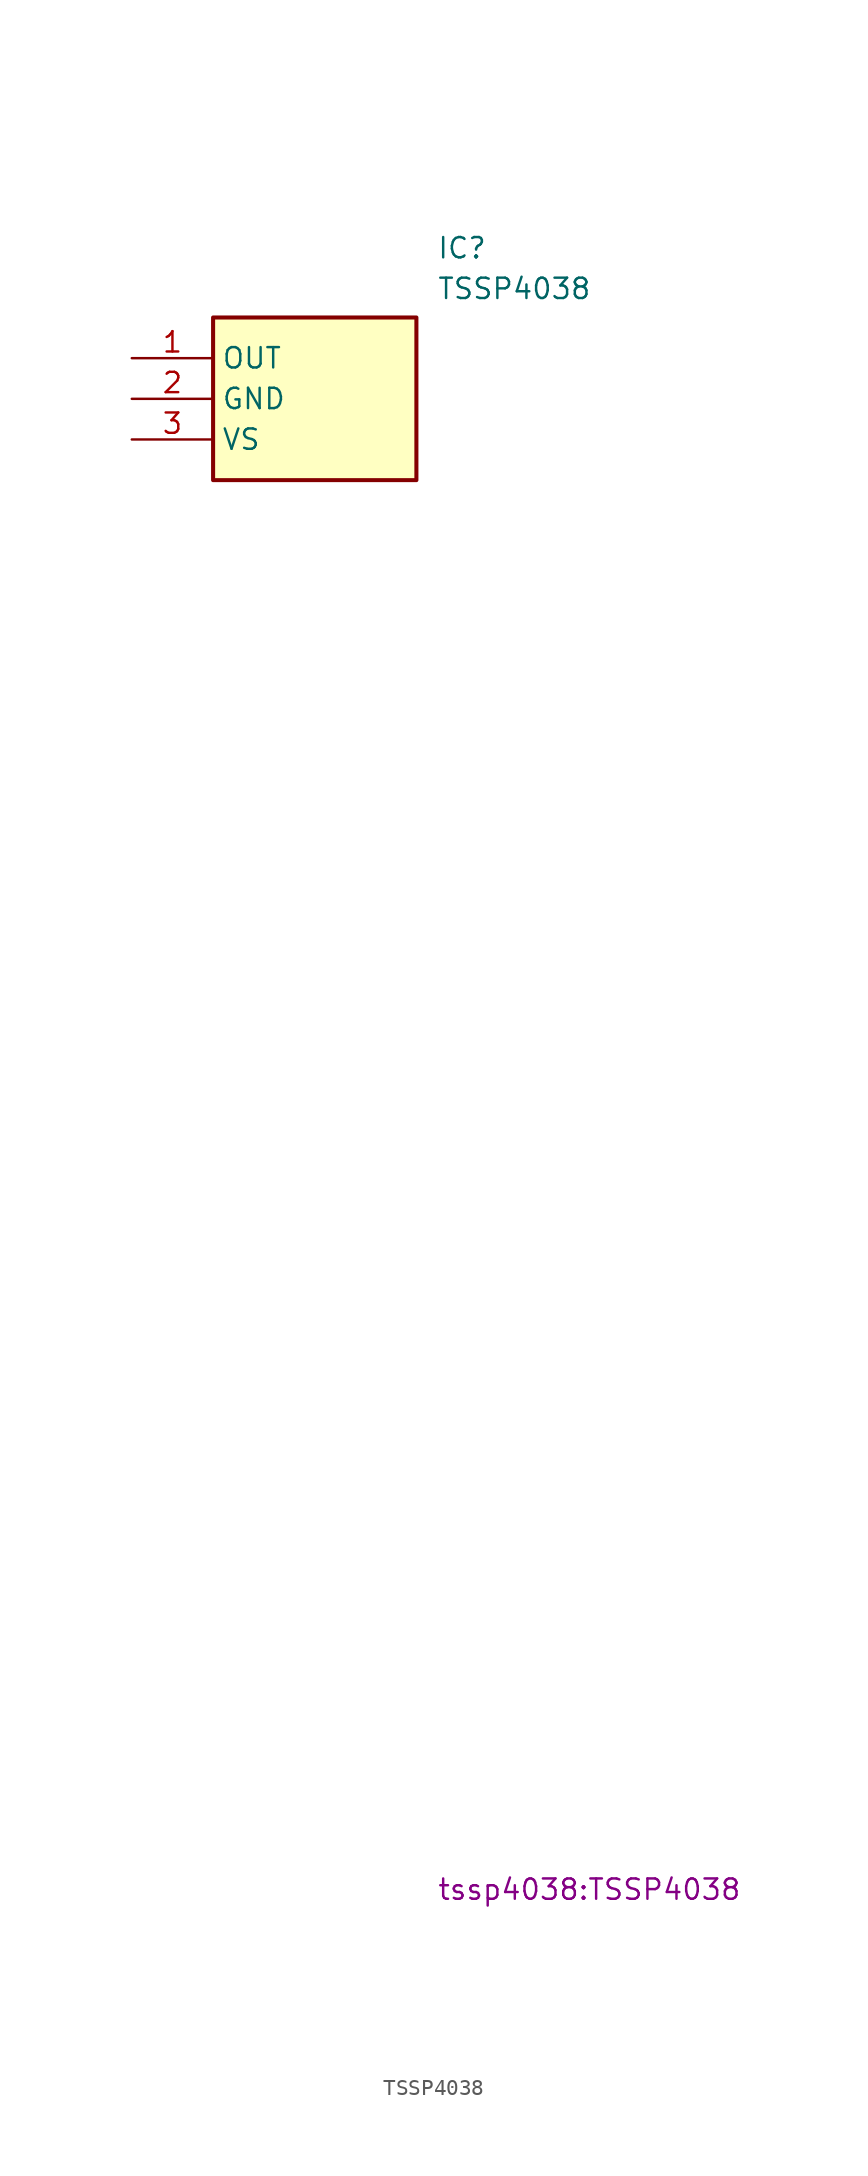
<source format=kicad_sym>
(kicad_symbol_lib
  (version 20231120)
  (generator "kicad_symbol_editor")
  (generator_version "8.0")
  (symbol "TSSP4038"
    (property "Reference" "IC"
      (at 19.05 7.62 0)
      (effects (font (size 1.27 1.27)) (justify left top)))
    (property "Value" "TSSP4038"
      (at 19.05 5.08 0)
      (effects (font (size 1.27 1.27)) (justify left top)))
    (property "Footprint" "tssp4038:TSSP4038"
      (at 19.05 -94.92 0)
      (effects (font (size 1.27 1.27)) (justify left top)))
    (symbol "TSSP4038_1_1"
      (rectangle (start 5.08 2.54) (end 17.78 -7.62) (stroke (width 0.254) (type default)) (fill (type background)))
      (pin passive line (at 0 0 0) (length 5.08) (name "OUT" (effects (font (size 1.27 1.27)))) (number "1" (effects (font (size 1.27 1.27)))))
      (pin passive line (at 0 -2.54 0) (length 5.08) (name "GND" (effects (font (size 1.27 1.27)))) (number "2" (effects (font (size 1.27 1.27)))))
      (pin passive line (at 0 -5.08 0) (length 5.08) (name "VS" (effects (font (size 1.27 1.27)))) (number "3" (effects (font (size 1.27 1.27))))))))
</source>
